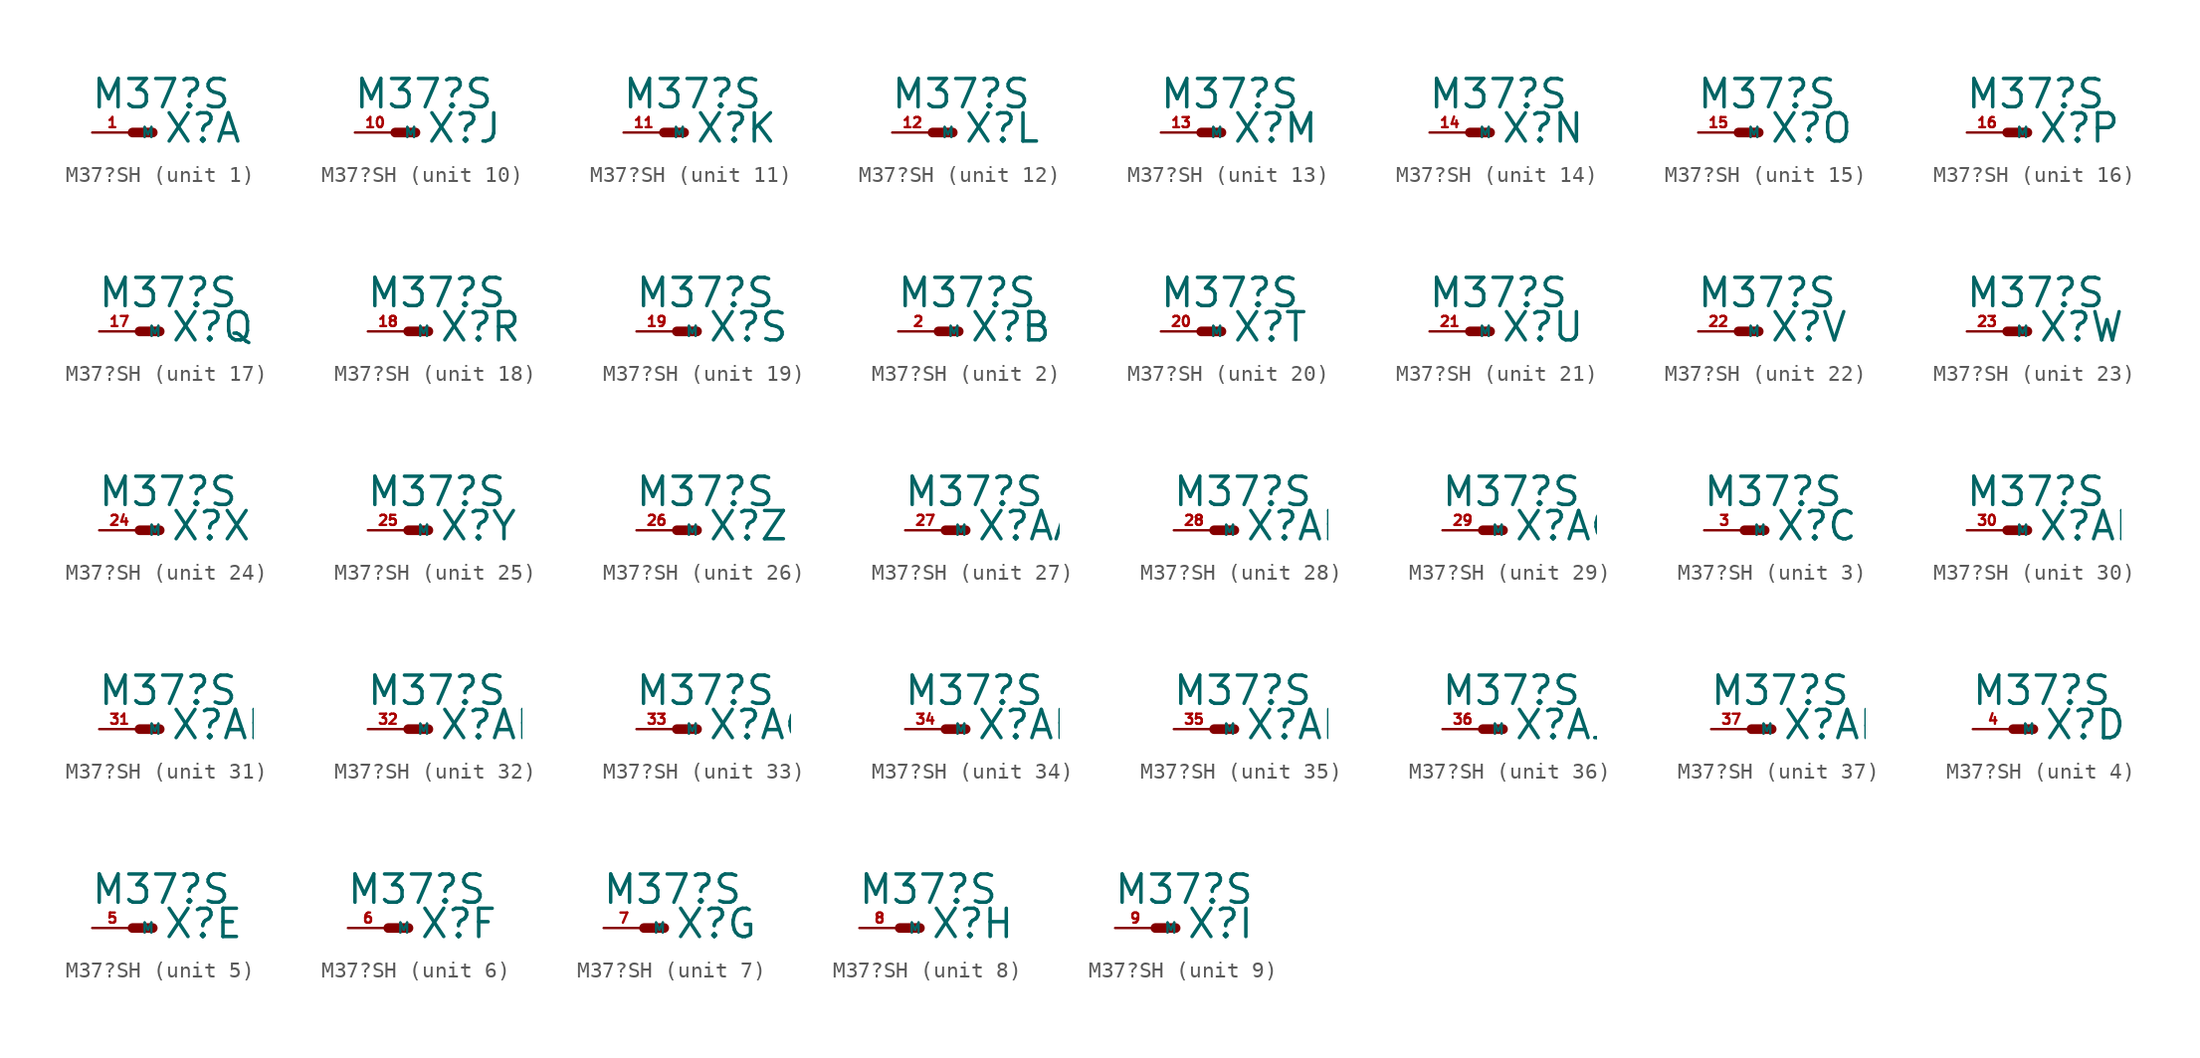
<source format=kicad_sym>
(kicad_symbol_lib
  (version 20220914)
  (generator Eagle2Kicad)
  (symbol "M37?SH"
    (property "Reference" "X"
      (at 1.905 -0.762 0)
      (effects (font (size 1.778 1.778) (thickness 0.22)) (justify left bottom)))
    (property "Value" "M37?S"
      (at -2.667 1.397 0)
      (effects (font (size 1.778 1.778) (thickness 0.22)) (justify left bottom)))
    (symbol "M37?SH_1_0"
      (polyline (pts (xy 0 0) (xy 1.27 0)) (stroke (width 0.61) (type default)) (fill (type none)))
      (pin passive line (at -2.54 0 0) (length 2.54) (name "M" (effects (font (size 0.635 0.635) (thickness 0.08)) (justify left bottom))) (number "1" (effects (font (size 0.635 0.635) (thickness 0.08)) (justify left bottom)))))
    (symbol "M37?SH_2_0"
      (polyline (pts (xy 0 0) (xy 1.27 0)) (stroke (width 0.61) (type default)) (fill (type none)))
      (pin passive line (at -2.54 0 0) (length 2.54) (name "M" (effects (font (size 0.635 0.635) (thickness 0.08)) (justify left bottom))) (number "2" (effects (font (size 0.635 0.635) (thickness 0.08)) (justify left bottom)))))
    (symbol "M37?SH_3_0"
      (polyline (pts (xy 0 0) (xy 1.27 0)) (stroke (width 0.61) (type default)) (fill (type none)))
      (pin passive line (at -2.54 0 0) (length 2.54) (name "M" (effects (font (size 0.635 0.635) (thickness 0.08)) (justify left bottom))) (number "3" (effects (font (size 0.635 0.635) (thickness 0.08)) (justify left bottom)))))
    (symbol "M37?SH_4_0"
      (polyline (pts (xy 0 0) (xy 1.27 0)) (stroke (width 0.61) (type default)) (fill (type none)))
      (pin passive line (at -2.54 0 0) (length 2.54) (name "M" (effects (font (size 0.635 0.635) (thickness 0.08)) (justify left bottom))) (number "4" (effects (font (size 0.635 0.635) (thickness 0.08)) (justify left bottom)))))
    (symbol "M37?SH_5_0"
      (polyline (pts (xy 0 0) (xy 1.27 0)) (stroke (width 0.61) (type default)) (fill (type none)))
      (pin passive line (at -2.54 0 0) (length 2.54) (name "M" (effects (font (size 0.635 0.635) (thickness 0.08)) (justify left bottom))) (number "5" (effects (font (size 0.635 0.635) (thickness 0.08)) (justify left bottom)))))
    (symbol "M37?SH_6_0"
      (polyline (pts (xy 0 0) (xy 1.27 0)) (stroke (width 0.61) (type default)) (fill (type none)))
      (pin passive line (at -2.54 0 0) (length 2.54) (name "M" (effects (font (size 0.635 0.635) (thickness 0.08)) (justify left bottom))) (number "6" (effects (font (size 0.635 0.635) (thickness 0.08)) (justify left bottom)))))
    (symbol "M37?SH_7_0"
      (polyline (pts (xy 0 0) (xy 1.27 0)) (stroke (width 0.61) (type default)) (fill (type none)))
      (pin passive line (at -2.54 0 0) (length 2.54) (name "M" (effects (font (size 0.635 0.635) (thickness 0.08)) (justify left bottom))) (number "7" (effects (font (size 0.635 0.635) (thickness 0.08)) (justify left bottom)))))
    (symbol "M37?SH_8_0"
      (polyline (pts (xy 0 0) (xy 1.27 0)) (stroke (width 0.61) (type default)) (fill (type none)))
      (pin passive line (at -2.54 0 0) (length 2.54) (name "M" (effects (font (size 0.635 0.635) (thickness 0.08)) (justify left bottom))) (number "8" (effects (font (size 0.635 0.635) (thickness 0.08)) (justify left bottom)))))
    (symbol "M37?SH_9_0"
      (polyline (pts (xy 0 0) (xy 1.27 0)) (stroke (width 0.61) (type default)) (fill (type none)))
      (pin passive line (at -2.54 0 0) (length 2.54) (name "M" (effects (font (size 0.635 0.635) (thickness 0.08)) (justify left bottom))) (number "9" (effects (font (size 0.635 0.635) (thickness 0.08)) (justify left bottom)))))
    (symbol "M37?SH_10_0"
      (polyline (pts (xy 0 0) (xy 1.27 0)) (stroke (width 0.61) (type default)) (fill (type none)))
      (pin passive line (at -2.54 0 0) (length 2.54) (name "M" (effects (font (size 0.635 0.635) (thickness 0.08)) (justify left bottom))) (number "10" (effects (font (size 0.635 0.635) (thickness 0.08)) (justify left bottom)))))
    (symbol "M37?SH_11_0"
      (polyline (pts (xy 0 0) (xy 1.27 0)) (stroke (width 0.61) (type default)) (fill (type none)))
      (pin passive line (at -2.54 0 0) (length 2.54) (name "M" (effects (font (size 0.635 0.635) (thickness 0.08)) (justify left bottom))) (number "11" (effects (font (size 0.635 0.635) (thickness 0.08)) (justify left bottom)))))
    (symbol "M37?SH_12_0"
      (polyline (pts (xy 0 0) (xy 1.27 0)) (stroke (width 0.61) (type default)) (fill (type none)))
      (pin passive line (at -2.54 0 0) (length 2.54) (name "M" (effects (font (size 0.635 0.635) (thickness 0.08)) (justify left bottom))) (number "12" (effects (font (size 0.635 0.635) (thickness 0.08)) (justify left bottom)))))
    (symbol "M37?SH_13_0"
      (polyline (pts (xy 0 0) (xy 1.27 0)) (stroke (width 0.61) (type default)) (fill (type none)))
      (pin passive line (at -2.54 0 0) (length 2.54) (name "M" (effects (font (size 0.635 0.635) (thickness 0.08)) (justify left bottom))) (number "13" (effects (font (size 0.635 0.635) (thickness 0.08)) (justify left bottom)))))
    (symbol "M37?SH_14_0"
      (polyline (pts (xy 0 0) (xy 1.27 0)) (stroke (width 0.61) (type default)) (fill (type none)))
      (pin passive line (at -2.54 0 0) (length 2.54) (name "M" (effects (font (size 0.635 0.635) (thickness 0.08)) (justify left bottom))) (number "14" (effects (font (size 0.635 0.635) (thickness 0.08)) (justify left bottom)))))
    (symbol "M37?SH_15_0"
      (polyline (pts (xy 0 0) (xy 1.27 0)) (stroke (width 0.61) (type default)) (fill (type none)))
      (pin passive line (at -2.54 0 0) (length 2.54) (name "M" (effects (font (size 0.635 0.635) (thickness 0.08)) (justify left bottom))) (number "15" (effects (font (size 0.635 0.635) (thickness 0.08)) (justify left bottom)))))
    (symbol "M37?SH_16_0"
      (polyline (pts (xy 0 0) (xy 1.27 0)) (stroke (width 0.61) (type default)) (fill (type none)))
      (pin passive line (at -2.54 0 0) (length 2.54) (name "M" (effects (font (size 0.635 0.635) (thickness 0.08)) (justify left bottom))) (number "16" (effects (font (size 0.635 0.635) (thickness 0.08)) (justify left bottom)))))
    (symbol "M37?SH_17_0"
      (polyline (pts (xy 0 0) (xy 1.27 0)) (stroke (width 0.61) (type default)) (fill (type none)))
      (pin passive line (at -2.54 0 0) (length 2.54) (name "M" (effects (font (size 0.635 0.635) (thickness 0.08)) (justify left bottom))) (number "17" (effects (font (size 0.635 0.635) (thickness 0.08)) (justify left bottom)))))
    (symbol "M37?SH_18_0"
      (polyline (pts (xy 0 0) (xy 1.27 0)) (stroke (width 0.61) (type default)) (fill (type none)))
      (pin passive line (at -2.54 0 0) (length 2.54) (name "M" (effects (font (size 0.635 0.635) (thickness 0.08)) (justify left bottom))) (number "18" (effects (font (size 0.635 0.635) (thickness 0.08)) (justify left bottom)))))
    (symbol "M37?SH_19_0"
      (polyline (pts (xy 0 0) (xy 1.27 0)) (stroke (width 0.61) (type default)) (fill (type none)))
      (pin passive line (at -2.54 0 0) (length 2.54) (name "M" (effects (font (size 0.635 0.635) (thickness 0.08)) (justify left bottom))) (number "19" (effects (font (size 0.635 0.635) (thickness 0.08)) (justify left bottom)))))
    (symbol "M37?SH_20_0"
      (polyline (pts (xy 0 0) (xy 1.27 0)) (stroke (width 0.61) (type default)) (fill (type none)))
      (pin passive line (at -2.54 0 0) (length 2.54) (name "M" (effects (font (size 0.635 0.635) (thickness 0.08)) (justify left bottom))) (number "20" (effects (font (size 0.635 0.635) (thickness 0.08)) (justify left bottom)))))
    (symbol "M37?SH_21_0"
      (polyline (pts (xy 0 0) (xy 1.27 0)) (stroke (width 0.61) (type default)) (fill (type none)))
      (pin passive line (at -2.54 0 0) (length 2.54) (name "M" (effects (font (size 0.635 0.635) (thickness 0.08)) (justify left bottom))) (number "21" (effects (font (size 0.635 0.635) (thickness 0.08)) (justify left bottom)))))
    (symbol "M37?SH_22_0"
      (polyline (pts (xy 0 0) (xy 1.27 0)) (stroke (width 0.61) (type default)) (fill (type none)))
      (pin passive line (at -2.54 0 0) (length 2.54) (name "M" (effects (font (size 0.635 0.635) (thickness 0.08)) (justify left bottom))) (number "22" (effects (font (size 0.635 0.635) (thickness 0.08)) (justify left bottom)))))
    (symbol "M37?SH_23_0"
      (polyline (pts (xy 0 0) (xy 1.27 0)) (stroke (width 0.61) (type default)) (fill (type none)))
      (pin passive line (at -2.54 0 0) (length 2.54) (name "M" (effects (font (size 0.635 0.635) (thickness 0.08)) (justify left bottom))) (number "23" (effects (font (size 0.635 0.635) (thickness 0.08)) (justify left bottom)))))
    (symbol "M37?SH_24_0"
      (polyline (pts (xy 0 0) (xy 1.27 0)) (stroke (width 0.61) (type default)) (fill (type none)))
      (pin passive line (at -2.54 0 0) (length 2.54) (name "M" (effects (font (size 0.635 0.635) (thickness 0.08)) (justify left bottom))) (number "24" (effects (font (size 0.635 0.635) (thickness 0.08)) (justify left bottom)))))
    (symbol "M37?SH_25_0"
      (polyline (pts (xy 0 0) (xy 1.27 0)) (stroke (width 0.61) (type default)) (fill (type none)))
      (pin passive line (at -2.54 0 0) (length 2.54) (name "M" (effects (font (size 0.635 0.635) (thickness 0.08)) (justify left bottom))) (number "25" (effects (font (size 0.635 0.635) (thickness 0.08)) (justify left bottom)))))
    (symbol "M37?SH_26_0"
      (polyline (pts (xy 0 0) (xy 1.27 0)) (stroke (width 0.61) (type default)) (fill (type none)))
      (pin passive line (at -2.54 0 0) (length 2.54) (name "M" (effects (font (size 0.635 0.635) (thickness 0.08)) (justify left bottom))) (number "26" (effects (font (size 0.635 0.635) (thickness 0.08)) (justify left bottom)))))
    (symbol "M37?SH_27_0"
      (polyline (pts (xy 0 0) (xy 1.27 0)) (stroke (width 0.61) (type default)) (fill (type none)))
      (pin passive line (at -2.54 0 0) (length 2.54) (name "M" (effects (font (size 0.635 0.635) (thickness 0.08)) (justify left bottom))) (number "27" (effects (font (size 0.635 0.635) (thickness 0.08)) (justify left bottom)))))
    (symbol "M37?SH_28_0"
      (polyline (pts (xy 0 0) (xy 1.27 0)) (stroke (width 0.61) (type default)) (fill (type none)))
      (pin passive line (at -2.54 0 0) (length 2.54) (name "M" (effects (font (size 0.635 0.635) (thickness 0.08)) (justify left bottom))) (number "28" (effects (font (size 0.635 0.635) (thickness 0.08)) (justify left bottom)))))
    (symbol "M37?SH_29_0"
      (polyline (pts (xy 0 0) (xy 1.27 0)) (stroke (width 0.61) (type default)) (fill (type none)))
      (pin passive line (at -2.54 0 0) (length 2.54) (name "M" (effects (font (size 0.635 0.635) (thickness 0.08)) (justify left bottom))) (number "29" (effects (font (size 0.635 0.635) (thickness 0.08)) (justify left bottom)))))
    (symbol "M37?SH_30_0"
      (polyline (pts (xy 0 0) (xy 1.27 0)) (stroke (width 0.61) (type default)) (fill (type none)))
      (pin passive line (at -2.54 0 0) (length 2.54) (name "M" (effects (font (size 0.635 0.635) (thickness 0.08)) (justify left bottom))) (number "30" (effects (font (size 0.635 0.635) (thickness 0.08)) (justify left bottom)))))
    (symbol "M37?SH_31_0"
      (polyline (pts (xy 0 0) (xy 1.27 0)) (stroke (width 0.61) (type default)) (fill (type none)))
      (pin passive line (at -2.54 0 0) (length 2.54) (name "M" (effects (font (size 0.635 0.635) (thickness 0.08)) (justify left bottom))) (number "31" (effects (font (size 0.635 0.635) (thickness 0.08)) (justify left bottom)))))
    (symbol "M37?SH_32_0"
      (polyline (pts (xy 0 0) (xy 1.27 0)) (stroke (width 0.61) (type default)) (fill (type none)))
      (pin passive line (at -2.54 0 0) (length 2.54) (name "M" (effects (font (size 0.635 0.635) (thickness 0.08)) (justify left bottom))) (number "32" (effects (font (size 0.635 0.635) (thickness 0.08)) (justify left bottom)))))
    (symbol "M37?SH_33_0"
      (polyline (pts (xy 0 0) (xy 1.27 0)) (stroke (width 0.61) (type default)) (fill (type none)))
      (pin passive line (at -2.54 0 0) (length 2.54) (name "M" (effects (font (size 0.635 0.635) (thickness 0.08)) (justify left bottom))) (number "33" (effects (font (size 0.635 0.635) (thickness 0.08)) (justify left bottom)))))
    (symbol "M37?SH_34_0"
      (polyline (pts (xy 0 0) (xy 1.27 0)) (stroke (width 0.61) (type default)) (fill (type none)))
      (pin passive line (at -2.54 0 0) (length 2.54) (name "M" (effects (font (size 0.635 0.635) (thickness 0.08)) (justify left bottom))) (number "34" (effects (font (size 0.635 0.635) (thickness 0.08)) (justify left bottom)))))
    (symbol "M37?SH_35_0"
      (polyline (pts (xy 0 0) (xy 1.27 0)) (stroke (width 0.61) (type default)) (fill (type none)))
      (pin passive line (at -2.54 0 0) (length 2.54) (name "M" (effects (font (size 0.635 0.635) (thickness 0.08)) (justify left bottom))) (number "35" (effects (font (size 0.635 0.635) (thickness 0.08)) (justify left bottom)))))
    (symbol "M37?SH_36_0"
      (polyline (pts (xy 0 0) (xy 1.27 0)) (stroke (width 0.61) (type default)) (fill (type none)))
      (pin passive line (at -2.54 0 0) (length 2.54) (name "M" (effects (font (size 0.635 0.635) (thickness 0.08)) (justify left bottom))) (number "36" (effects (font (size 0.635 0.635) (thickness 0.08)) (justify left bottom)))))
    (symbol "M37?SH_37_0"
      (polyline (pts (xy 0 0) (xy 1.27 0)) (stroke (width 0.61) (type default)) (fill (type none)))
      (pin passive line (at -2.54 0 0) (length 2.54) (name "M" (effects (font (size 0.635 0.635) (thickness 0.08)) (justify left bottom))) (number "37" (effects (font (size 0.635 0.635) (thickness 0.08)) (justify left bottom)))))))
</source>
